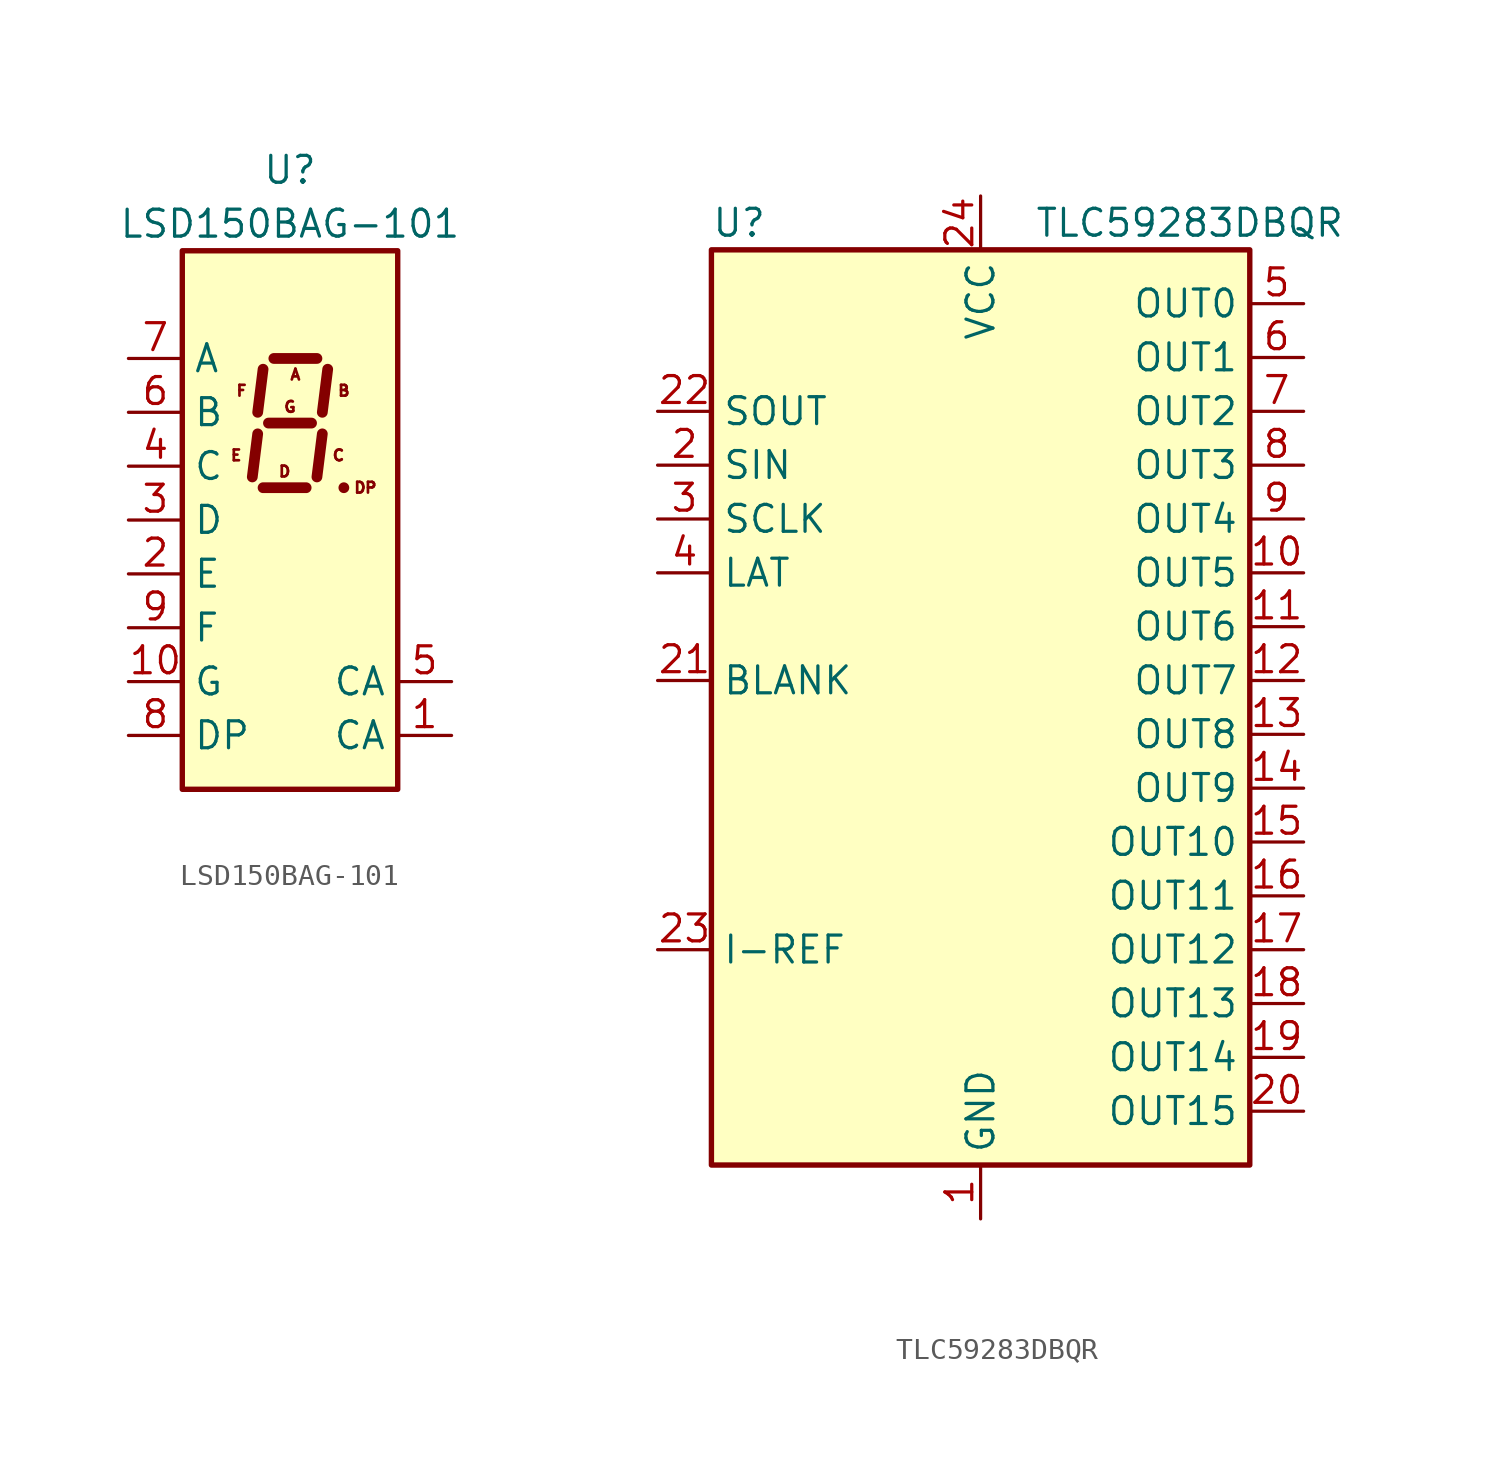
<source format=kicad_sym>
(kicad_symbol_lib
  (version 20220914)
  (generator kicad_symbol_editor)
  (symbol "LSD150BAG-101"
    (property "Reference" "U"
      (at 0 16.51 0)
      (effects (font (size 1.27 1.27))))
    (property "Value" "LSD150BAG-101"
      (at 0 13.97 0)
      (effects (font (size 1.27 1.27))))
    (symbol "LSD150BAG-101_1_0"
      (text "A" (at 0.254 6.858 0) (effects (font (size 0.508 0.508))))
      (text "B" (at 2.54 6.096 0) (effects (font (size 0.508 0.508))))
      (text "C" (at 2.286 3.048 0) (effects (font (size 0.508 0.508))))
      (text "D" (at -0.254 2.286 0) (effects (font (size 0.508 0.508))))
      (text "DP" (at 3.556 1.524 0) (effects (font (size 0.508 0.508))))
      (text "E" (at -2.54 3.048 0) (effects (font (size 0.508 0.508))))
      (text "F" (at -2.286 6.096 0) (effects (font (size 0.508 0.508))))
      (text "G" (at 0 5.334 0) (effects (font (size 0.508 0.508)))))
    (symbol "LSD150BAG-101_1_1"
      (rectangle (start -5.08 12.7) (end 5.08 -12.7) (stroke (width 0.254) (type default)) (fill (type background)))
      (polyline (pts (xy -1.524 4.064) (xy -1.778 2.032)) (stroke (width 0.508) (type default)) (fill (type none)))
      (polyline (pts (xy -1.27 1.524) (xy 0.762 1.524)) (stroke (width 0.508) (type default)) (fill (type none)))
      (polyline (pts (xy -1.27 7.112) (xy -1.524 5.08)) (stroke (width 0.508) (type default)) (fill (type none)))
      (polyline (pts (xy -1.016 4.572) (xy 1.016 4.572)) (stroke (width 0.508) (type default)) (fill (type none)))
      (polyline (pts (xy -0.762 7.62) (xy 1.27 7.62)) (stroke (width 0.508) (type default)) (fill (type none)))
      (polyline (pts (xy 1.524 4.064) (xy 1.27 2.032)) (stroke (width 0.508) (type default)) (fill (type none)))
      (polyline (pts (xy 1.778 7.112) (xy 1.524 5.08)) (stroke (width 0.508) (type default)) (fill (type none)))
      (polyline (pts (xy 2.54 1.524) (xy 2.54 1.524)) (stroke (width 0.508) (type default)) (fill (type none)))
      (pin input line (at 7.62 -10.16 180) (length 2.54) (name "CA" (effects (font (size 1.27 1.27)))) (number "1" (effects (font (size 1.27 1.27)))))
      (pin input line (at -7.62 -7.62 0) (length 2.54) (name "G" (effects (font (size 1.27 1.27)))) (number "10" (effects (font (size 1.27 1.27)))))
      (pin input line (at -7.62 -2.54 0) (length 2.54) (name "E" (effects (font (size 1.27 1.27)))) (number "2" (effects (font (size 1.27 1.27)))))
      (pin input line (at -7.62 0 0) (length 2.54) (name "D" (effects (font (size 1.27 1.27)))) (number "3" (effects (font (size 1.27 1.27)))))
      (pin input line (at -7.62 2.54 0) (length 2.54) (name "C" (effects (font (size 1.27 1.27)))) (number "4" (effects (font (size 1.27 1.27)))))
      (pin input line (at 7.62 -7.62 180) (length 2.54) (name "CA" (effects (font (size 1.27 1.27)))) (number "5" (effects (font (size 1.27 1.27)))))
      (pin input line (at -7.62 5.08 0) (length 2.54) (name "B" (effects (font (size 1.27 1.27)))) (number "6" (effects (font (size 1.27 1.27)))))
      (pin input line (at -7.62 7.62 0) (length 2.54) (name "A" (effects (font (size 1.27 1.27)))) (number "7" (effects (font (size 1.27 1.27)))))
      (pin input line (at -7.62 -10.16 0) (length 2.54) (name "DP" (effects (font (size 1.27 1.27)))) (number "8" (effects (font (size 1.27 1.27)))))
      (pin input line (at -7.62 -5.08 0) (length 2.54) (name "F" (effects (font (size 1.27 1.27)))) (number "9" (effects (font (size 1.27 1.27)))))))
  (symbol "TLC59283DBQR"
    (property "Reference" "U"
      (at -12.7 21.59 0)
      (effects (font (size 1.27 1.27)) (justify left)))
    (property "Value" "TLC59283DBQR"
      (at 2.54 21.59 0)
      (effects (font (size 1.27 1.27)) (justify left)))
    (symbol "TLC59283DBQR_0_1"
      (rectangle (start -12.7 20.32) (end 12.7 -22.86) (stroke (width 0.254) (type default)) (fill (type background))))
    (symbol "TLC59283DBQR_1_1"
      (pin power_in line (at 0 -25.4 90) (length 2.54) (name "GND" (effects (font (size 1.27 1.27)))) (number "1" (effects (font (size 1.27 1.27)))))
      (pin output line (at 15.24 5.08 180) (length 2.54) (name "OUT5" (effects (font (size 1.27 1.27)))) (number "10" (effects (font (size 1.27 1.27)))))
      (pin output line (at 15.24 2.54 180) (length 2.54) (name "OUT6" (effects (font (size 1.27 1.27)))) (number "11" (effects (font (size 1.27 1.27)))))
      (pin output line (at 15.24 0 180) (length 2.54) (name "OUT7" (effects (font (size 1.27 1.27)))) (number "12" (effects (font (size 1.27 1.27)))))
      (pin output line (at 15.24 -2.54 180) (length 2.54) (name "OUT8" (effects (font (size 1.27 1.27)))) (number "13" (effects (font (size 1.27 1.27)))))
      (pin output line (at 15.24 -5.08 180) (length 2.54) (name "OUT9" (effects (font (size 1.27 1.27)))) (number "14" (effects (font (size 1.27 1.27)))))
      (pin output line (at 15.24 -7.62 180) (length 2.54) (name "OUT10" (effects (font (size 1.27 1.27)))) (number "15" (effects (font (size 1.27 1.27)))))
      (pin output line (at 15.24 -10.16 180) (length 2.54) (name "OUT11" (effects (font (size 1.27 1.27)))) (number "16" (effects (font (size 1.27 1.27)))))
      (pin output line (at 15.24 -12.7 180) (length 2.54) (name "OUT12" (effects (font (size 1.27 1.27)))) (number "17" (effects (font (size 1.27 1.27)))))
      (pin output line (at 15.24 -15.24 180) (length 2.54) (name "OUT13" (effects (font (size 1.27 1.27)))) (number "18" (effects (font (size 1.27 1.27)))))
      (pin output line (at 15.24 -17.78 180) (length 2.54) (name "OUT14" (effects (font (size 1.27 1.27)))) (number "19" (effects (font (size 1.27 1.27)))))
      (pin input line (at -15.24 10.16 0) (length 2.54) (name "SIN" (effects (font (size 1.27 1.27)))) (number "2" (effects (font (size 1.27 1.27)))))
      (pin output line (at 15.24 -20.32 180) (length 2.54) (name "OUT15" (effects (font (size 1.27 1.27)))) (number "20" (effects (font (size 1.27 1.27)))))
      (pin input line (at -15.24 0 0) (length 2.54) (name "BLANK" (effects (font (size 1.27 1.27)))) (number "21" (effects (font (size 1.27 1.27)))))
      (pin output line (at -15.24 12.7 0) (length 2.54) (name "SOUT" (effects (font (size 1.27 1.27)))) (number "22" (effects (font (size 1.27 1.27)))))
      (pin passive line (at -15.24 -12.7 0) (length 2.54) (name "I-REF" (effects (font (size 1.27 1.27)))) (number "23" (effects (font (size 1.27 1.27)))))
      (pin power_in line (at 0 22.86 270) (length 2.54) (name "VCC" (effects (font (size 1.27 1.27)))) (number "24" (effects (font (size 1.27 1.27)))))
      (pin input line (at -15.24 7.62 0) (length 2.54) (name "SCLK" (effects (font (size 1.27 1.27)))) (number "3" (effects (font (size 1.27 1.27)))))
      (pin input line (at -15.24 5.08 0) (length 2.54) (name "LAT" (effects (font (size 1.27 1.27)))) (number "4" (effects (font (size 1.27 1.27)))))
      (pin output line (at 15.24 17.78 180) (length 2.54) (name "OUT0" (effects (font (size 1.27 1.27)))) (number "5" (effects (font (size 1.27 1.27)))))
      (pin output line (at 15.24 15.24 180) (length 2.54) (name "OUT1" (effects (font (size 1.27 1.27)))) (number "6" (effects (font (size 1.27 1.27)))))
      (pin output line (at 15.24 12.7 180) (length 2.54) (name "OUT2" (effects (font (size 1.27 1.27)))) (number "7" (effects (font (size 1.27 1.27)))))
      (pin output line (at 15.24 10.16 180) (length 2.54) (name "OUT3" (effects (font (size 1.27 1.27)))) (number "8" (effects (font (size 1.27 1.27)))))
      (pin output line (at 15.24 7.62 180) (length 2.54) (name "OUT4" (effects (font (size 1.27 1.27)))) (number "9" (effects (font (size 1.27 1.27))))))))
</source>
